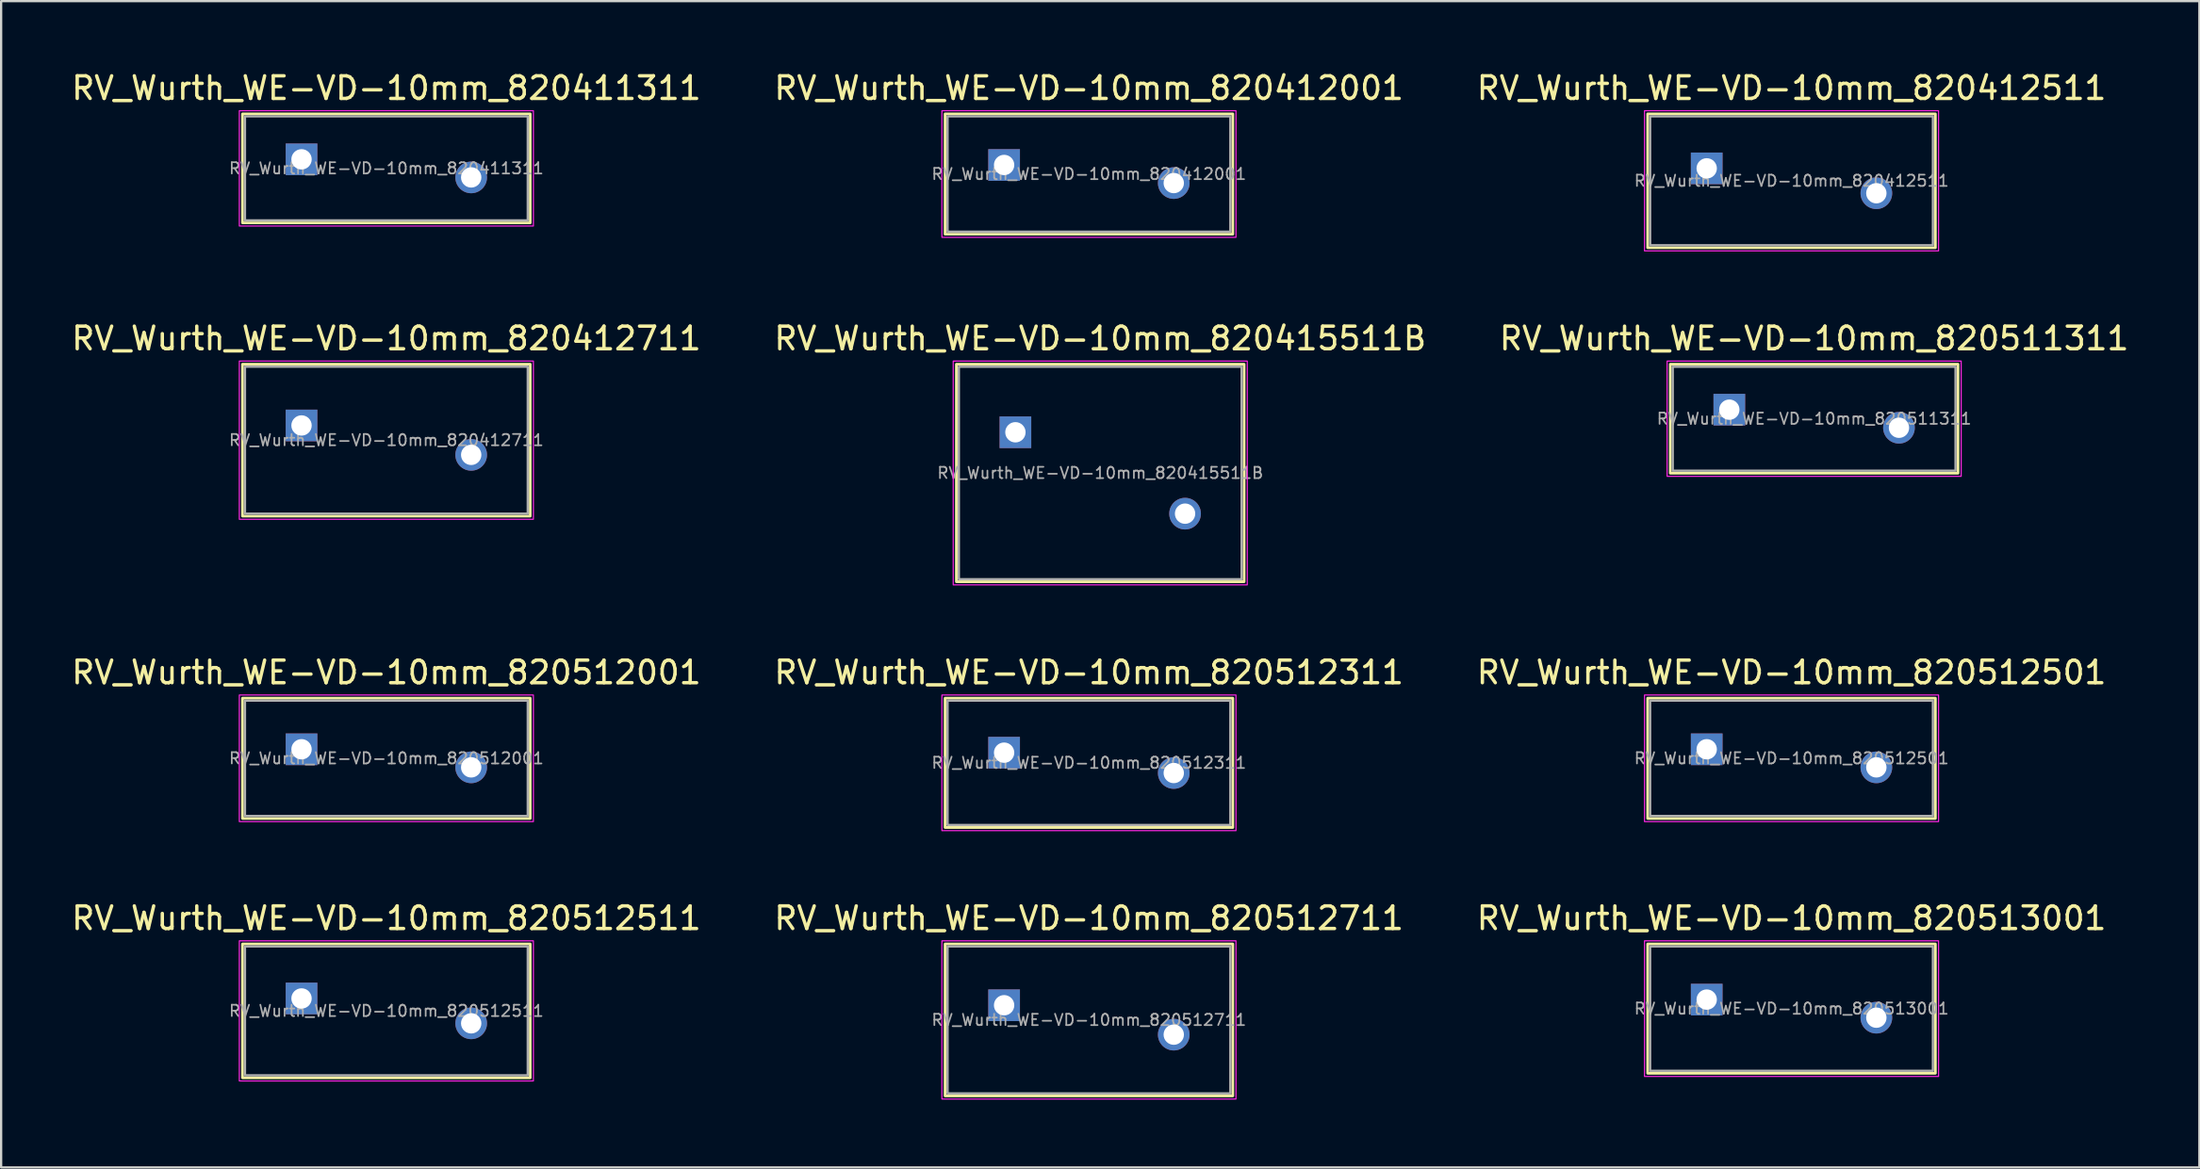
<source format=kicad_pcb>
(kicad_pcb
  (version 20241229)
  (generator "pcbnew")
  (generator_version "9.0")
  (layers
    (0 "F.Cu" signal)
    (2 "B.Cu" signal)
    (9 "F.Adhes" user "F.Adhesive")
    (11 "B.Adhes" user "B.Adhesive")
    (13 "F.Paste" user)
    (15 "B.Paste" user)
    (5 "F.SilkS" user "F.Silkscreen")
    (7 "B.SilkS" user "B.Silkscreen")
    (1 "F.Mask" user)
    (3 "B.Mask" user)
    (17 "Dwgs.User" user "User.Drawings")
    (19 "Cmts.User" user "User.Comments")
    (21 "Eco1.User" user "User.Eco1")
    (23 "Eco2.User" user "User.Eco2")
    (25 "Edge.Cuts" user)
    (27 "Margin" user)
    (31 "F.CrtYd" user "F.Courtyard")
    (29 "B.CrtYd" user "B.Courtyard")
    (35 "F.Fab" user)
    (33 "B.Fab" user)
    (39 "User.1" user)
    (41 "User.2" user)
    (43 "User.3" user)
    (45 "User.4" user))
  (footprint "RV_Wurth_WE-VD-10mm_820411311"
    (layer "F.Cu")
    (at 10.28 3.998)
    (property "Reference" "RV_Wurth_WE-VD-10mm_820411311" (at 3.75 -3.15 0) (unlocked yes) (layer "F.SilkS") (effects (font (size 1 1) (thickness 0.15))))
    (attr through_hole)
    (fp_rect (start -2.61 -2.01) (end 10.11 2.81) (stroke (width 0.12) (type solid)) (fill no) (layer "F.SilkS"))
    (fp_rect (start -2.75 -2.15) (end 10.25 2.95) (stroke (width 0.05) (type solid)) (fill no) (layer "F.CrtYd"))
    (fp_rect (start -2.5 -1.9) (end 10 2.7) (stroke (width 0.1) (type solid)) (fill no) (layer "F.Fab"))
    (fp_text user "${REFERENCE}" (at 3.75 0.4 0) (unlocked yes) (layer "F.Fab") (effects (font (size 0.5 0.5) (thickness 0.075))))
    (pad "1" thru_hole rect (at 0 0) (size 1.4 1.4) (drill 0.9) (layers "*.Cu" "*.Mask"))
    (pad "2" thru_hole circle (at 7.5 0.8) (size 1.4 1.4) (drill 0.9) (layers "*.Cu" "*.Mask")))
  (footprint "RV_Wurth_WE-VD-10mm_820512511"
    (layer "F.Cu")
    (at 10.28 41.118)
    (property "Reference" "RV_Wurth_WE-VD-10mm_820512511" (at 3.75 -3.55 0) (unlocked yes) (layer "F.SilkS") (effects (font (size 1 1) (thickness 0.15))))
    (attr through_hole)
    (fp_rect (start -2.61 -2.41) (end 10.11 3.51) (stroke (width 0.12) (type solid)) (fill no) (layer "F.SilkS"))
    (fp_rect (start -2.75 -2.55) (end 10.25 3.65) (stroke (width 0.05) (type solid)) (fill no) (layer "F.CrtYd"))
    (fp_rect (start -2.5 -2.3) (end 10 3.4) (stroke (width 0.1) (type solid)) (fill no) (layer "F.Fab"))
    (fp_text user "${REFERENCE}" (at 3.75 0.55 0) (unlocked yes) (layer "F.Fab") (effects (font (size 0.5 0.5) (thickness 0.075))))
    (pad "1" thru_hole rect (at 0 0) (size 1.4 1.4) (drill 0.9) (layers "*.Cu" "*.Mask"))
    (pad "2" thru_hole circle (at 7.5 1.1) (size 1.4 1.4) (drill 0.9) (layers "*.Cu" "*.Mask")))
  (footprint "RV_Wurth_WE-VD-10mm_820415511B"
    (layer "F.Cu")
    (at 41.839 16.072)
    (property "Reference" "RV_Wurth_WE-VD-10mm_820415511B" (at 3.75 -4.15 0) (unlocked yes) (layer "F.SilkS") (effects (font (size 1 1) (thickness 0.15))))
    (attr through_hole)
    (fp_rect (start -2.61 -3.01) (end 10.11 6.61) (stroke (width 0.12) (type solid)) (fill no) (layer "F.SilkS"))
    (fp_rect (start -2.75 -3.15) (end 10.25 6.75) (stroke (width 0.05) (type solid)) (fill no) (layer "F.CrtYd"))
    (fp_rect (start -2.5 -2.9) (end 10 6.5) (stroke (width 0.1) (type solid)) (fill no) (layer "F.Fab"))
    (fp_text user "${REFERENCE}" (at 3.75 1.8 0) (unlocked yes) (layer "F.Fab") (effects (font (size 0.5 0.5) (thickness 0.075))))
    (pad "1" thru_hole rect (at 0 0) (size 1.4 1.4) (drill 0.9) (layers "*.Cu" "*.Mask"))
    (pad "2" thru_hole circle (at 7.5 3.6) (size 1.4 1.4) (drill 0.9) (layers "*.Cu" "*.Mask")))
  (footprint "RV_Wurth_WE-VD-10mm_820412511"
    (layer "F.Cu")
    (at 72.399 4.398)
    (property "Reference" "RV_Wurth_WE-VD-10mm_820412511" (at 3.75 -3.55 0) (unlocked yes) (layer "F.SilkS") (effects (font (size 1 1) (thickness 0.15))))
    (attr through_hole)
    (fp_rect (start -2.61 -2.41) (end 10.11 3.51) (stroke (width 0.12) (type solid)) (fill no) (layer "F.SilkS"))
    (fp_rect (start -2.75 -2.55) (end 10.25 3.65) (stroke (width 0.05) (type solid)) (fill no) (layer "F.CrtYd"))
    (fp_rect (start -2.5 -2.3) (end 10 3.4) (stroke (width 0.1) (type solid)) (fill no) (layer "F.Fab"))
    (fp_text user "${REFERENCE}" (at 3.75 0.55 0) (unlocked yes) (layer "F.Fab") (effects (font (size 0.5 0.5) (thickness 0.075))))
    (pad "1" thru_hole rect (at 0 0) (size 1.4 1.4) (drill 0.9) (layers "*.Cu" "*.Mask"))
    (pad "2" thru_hole circle (at 7.5 1.1) (size 1.4 1.4) (drill 0.9) (layers "*.Cu" "*.Mask")))
  (footprint "RV_Wurth_WE-VD-10mm_820512711"
    (layer "F.Cu")
    (at 41.339 41.418)
    (property "Reference" "RV_Wurth_WE-VD-10mm_820512711" (at 3.75 -3.85 0) (unlocked yes) (layer "F.SilkS") (effects (font (size 1 1) (thickness 0.15))))
    (attr through_hole)
    (fp_rect (start -2.61 -2.71) (end 10.11 4.01) (stroke (width 0.12) (type solid)) (fill no) (layer "F.SilkS"))
    (fp_rect (start -2.75 -2.85) (end 10.25 4.15) (stroke (width 0.05) (type solid)) (fill no) (layer "F.CrtYd"))
    (fp_rect (start -2.5 -2.6) (end 10 3.9) (stroke (width 0.1) (type solid)) (fill no) (layer "F.Fab"))
    (fp_text user "${REFERENCE}" (at 3.75 0.65 0) (unlocked yes) (layer "F.Fab") (effects (font (size 0.5 0.5) (thickness 0.075))))
    (pad "1" thru_hole rect (at 0 0) (size 1.4 1.4) (drill 0.9) (layers "*.Cu" "*.Mask"))
    (pad "2" thru_hole circle (at 7.5 1.3) (size 1.4 1.4) (drill 0.9) (layers "*.Cu" "*.Mask")))
  (footprint "RV_Wurth_WE-VD-10mm_820512001"
    (layer "F.Cu")
    (at 10.28 30.095)
    (property "Reference" "RV_Wurth_WE-VD-10mm_820512001" (at 3.75 -3.4 0) (unlocked yes) (layer "F.SilkS") (effects (font (size 1 1) (thickness 0.15))))
    (attr through_hole)
    (fp_rect (start -2.61 -2.26) (end 10.11 3.06) (stroke (width 0.12) (type solid)) (fill no) (layer "F.SilkS"))
    (fp_rect (start -2.75 -2.4) (end 10.25 3.2) (stroke (width 0.05) (type solid)) (fill no) (layer "F.CrtYd"))
    (fp_rect (start -2.5 -2.15) (end 10 2.95) (stroke (width 0.1) (type solid)) (fill no) (layer "F.Fab"))
    (fp_text user "${REFERENCE}" (at 3.75 0.4 0) (unlocked yes) (layer "F.Fab") (effects (font (size 0.5 0.5) (thickness 0.075))))
    (pad "1" thru_hole rect (at 0 0) (size 1.4 1.4) (drill 0.9) (layers "*.Cu" "*.Mask"))
    (pad "2" thru_hole circle (at 7.5 0.8) (size 1.4 1.4) (drill 0.9) (layers "*.Cu" "*.Mask")))
  (footprint "RV_Wurth_WE-VD-10mm_820513001"
    (layer "F.Cu")
    (at 72.399 41.168)
    (property "Reference" "RV_Wurth_WE-VD-10mm_820513001" (at 3.75 -3.6 0) (unlocked yes) (layer "F.SilkS") (effects (font (size 1 1) (thickness 0.15))))
    (attr through_hole)
    (fp_rect (start -2.61 -2.46) (end 10.11 3.26) (stroke (width 0.12) (type solid)) (fill no) (layer "F.SilkS"))
    (fp_rect (start -2.75 -2.6) (end 10.25 3.4) (stroke (width 0.05) (type solid)) (fill no) (layer "F.CrtYd"))
    (fp_rect (start -2.5 -2.35) (end 10 3.15) (stroke (width 0.1) (type solid)) (fill no) (layer "F.Fab"))
    (fp_text user "${REFERENCE}" (at 3.75 0.4 0) (unlocked yes) (layer "F.Fab") (effects (font (size 0.5 0.5) (thickness 0.075))))
    (pad "1" thru_hole rect (at 0 0) (size 1.4 1.4) (drill 0.9) (layers "*.Cu" "*.Mask"))
    (pad "2" thru_hole circle (at 7.5 0.8) (size 1.4 1.4) (drill 0.9) (layers "*.Cu" "*.Mask")))
  (footprint "RV_Wurth_WE-VD-10mm_820511311"
    (layer "F.Cu")
    (at 73.399 15.072)
    (property "Reference" "RV_Wurth_WE-VD-10mm_820511311" (at 3.75 -3.15 0) (unlocked yes) (layer "F.SilkS") (effects (font (size 1 1) (thickness 0.15))))
    (attr through_hole)
    (fp_rect (start -2.61 -2.01) (end 10.11 2.81) (stroke (width 0.12) (type solid)) (fill no) (layer "F.SilkS"))
    (fp_rect (start -2.75 -2.15) (end 10.25 2.95) (stroke (width 0.05) (type solid)) (fill no) (layer "F.CrtYd"))
    (fp_rect (start -2.5 -1.9) (end 10 2.7) (stroke (width 0.1) (type solid)) (fill no) (layer "F.Fab"))
    (fp_text user "${REFERENCE}" (at 3.75 0.4 0) (unlocked yes) (layer "F.Fab") (effects (font (size 0.5 0.5) (thickness 0.075))))
    (pad "1" thru_hole rect (at 0 0) (size 1.4 1.4) (drill 0.9) (layers "*.Cu" "*.Mask"))
    (pad "2" thru_hole circle (at 7.5 0.8) (size 1.4 1.4) (drill 0.9) (layers "*.Cu" "*.Mask")))
  (footprint "RV_Wurth_WE-VD-10mm_820412711"
    (layer "F.Cu")
    (at 10.28 15.771)
    (property "Reference" "RV_Wurth_WE-VD-10mm_820412711" (at 3.75 -3.85 0) (unlocked yes) (layer "F.SilkS") (effects (font (size 1 1) (thickness 0.15))))
    (attr through_hole)
    (fp_rect (start -2.61 -2.71) (end 10.11 4.01) (stroke (width 0.12) (type solid)) (fill no) (layer "F.SilkS"))
    (fp_rect (start -2.75 -2.85) (end 10.25 4.15) (stroke (width 0.05) (type solid)) (fill no) (layer "F.CrtYd"))
    (fp_rect (start -2.5 -2.6) (end 10 3.9) (stroke (width 0.1) (type solid)) (fill no) (layer "F.Fab"))
    (fp_text user "${REFERENCE}" (at 3.75 0.65 0) (unlocked yes) (layer "F.Fab") (effects (font (size 0.5 0.5) (thickness 0.075))))
    (pad "1" thru_hole rect (at 0 0) (size 1.4 1.4) (drill 0.9) (layers "*.Cu" "*.Mask"))
    (pad "2" thru_hole circle (at 7.5 1.3) (size 1.4 1.4) (drill 0.9) (layers "*.Cu" "*.Mask")))
  (footprint "RV_Wurth_WE-VD-10mm_820512501"
    (layer "F.Cu")
    (at 72.399 30.095)
    (property "Reference" "RV_Wurth_WE-VD-10mm_820512501" (at 3.75 -3.4 0) (unlocked yes) (layer "F.SilkS") (effects (font (size 1 1) (thickness 0.15))))
    (attr through_hole)
    (fp_rect (start -2.61 -2.26) (end 10.11 3.06) (stroke (width 0.12) (type solid)) (fill no) (layer "F.SilkS"))
    (fp_rect (start -2.75 -2.4) (end 10.25 3.2) (stroke (width 0.05) (type solid)) (fill no) (layer "F.CrtYd"))
    (fp_rect (start -2.5 -2.15) (end 10 2.95) (stroke (width 0.1) (type solid)) (fill no) (layer "F.Fab"))
    (fp_text user "${REFERENCE}" (at 3.75 0.4 0) (unlocked yes) (layer "F.Fab") (effects (font (size 0.5 0.5) (thickness 0.075))))
    (pad "1" thru_hole rect (at 0 0) (size 1.4 1.4) (drill 0.9) (layers "*.Cu" "*.Mask"))
    (pad "2" thru_hole circle (at 7.5 0.8) (size 1.4 1.4) (drill 0.9) (layers "*.Cu" "*.Mask")))
  (footprint "RV_Wurth_WE-VD-10mm_820412001"
    (layer "F.Cu")
    (at 41.339 4.248)
    (property "Reference" "RV_Wurth_WE-VD-10mm_820412001" (at 3.75 -3.4 0) (unlocked yes) (layer "F.SilkS") (effects (font (size 1 1) (thickness 0.15))))
    (attr through_hole)
    (fp_rect (start -2.61 -2.26) (end 10.11 3.06) (stroke (width 0.12) (type solid)) (fill no) (layer "F.SilkS"))
    (fp_rect (start -2.75 -2.4) (end 10.25 3.2) (stroke (width 0.05) (type solid)) (fill no) (layer "F.CrtYd"))
    (fp_rect (start -2.5 -2.15) (end 10 2.95) (stroke (width 0.1) (type solid)) (fill no) (layer "F.Fab"))
    (fp_text user "${REFERENCE}" (at 3.75 0.4 0) (unlocked yes) (layer "F.Fab") (effects (font (size 0.5 0.5) (thickness 0.075))))
    (pad "1" thru_hole rect (at 0 0) (size 1.4 1.4) (drill 0.9) (layers "*.Cu" "*.Mask"))
    (pad "2" thru_hole circle (at 7.5 0.8) (size 1.4 1.4) (drill 0.9) (layers "*.Cu" "*.Mask")))
  (footprint "RV_Wurth_WE-VD-10mm_820512311"
    (layer "F.Cu")
    (at 41.339 30.245)
    (property "Reference" "RV_Wurth_WE-VD-10mm_820512311" (at 3.75 -3.55 0) (unlocked yes) (layer "F.SilkS") (effects (font (size 1 1) (thickness 0.15))))
    (attr through_hole)
    (fp_rect (start -2.61 -2.41) (end 10.11 3.31) (stroke (width 0.12) (type solid)) (fill no) (layer "F.SilkS"))
    (fp_rect (start -2.75 -2.55) (end 10.25 3.45) (stroke (width 0.05) (type solid)) (fill no) (layer "F.CrtYd"))
    (fp_rect (start -2.5 -2.3) (end 10 3.2) (stroke (width 0.1) (type solid)) (fill no) (layer "F.Fab"))
    (fp_text user "${REFERENCE}" (at 3.75 0.45 0) (unlocked yes) (layer "F.Fab") (effects (font (size 0.5 0.5) (thickness 0.075))))
    (pad "1" thru_hole rect (at 0 0) (size 1.4 1.4) (drill 0.9) (layers "*.Cu" "*.Mask"))
    (pad "2" thru_hole circle (at 7.5 0.9) (size 1.4 1.4) (drill 0.9) (layers "*.Cu" "*.Mask")))
  (gr_rect
    (start -3 -3)
    (end 94.179 48.593)
    (stroke (width 0.1) (type default))
    (fill no)
    (layer "Edge.Cuts")))
</source>
